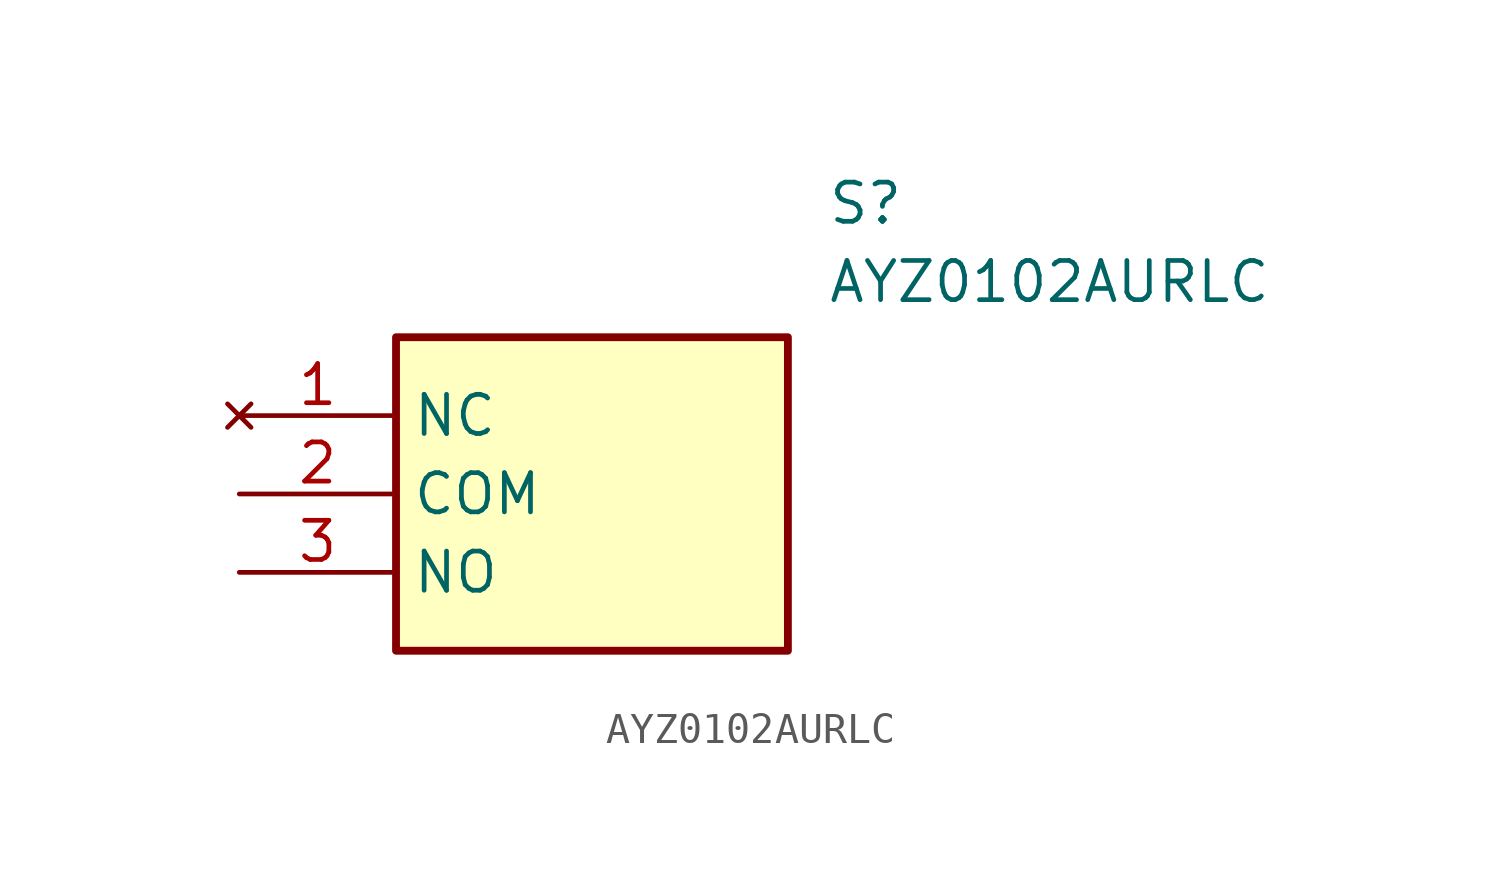
<source format=kicad_sym>
(kicad_symbol_lib
  (version 20211014)
  (generator SamacSys_ECAD_Model)
  (symbol "AYZ0102AURLC"
    (property "Reference" "S"
      (at 19.05 7.62 0)
      (effects (font (size 1.27 1.27)) (justify left top)))
    (property "Value" "AYZ0102AURLC"
      (at 19.05 5.08 0)
      (effects (font (size 1.27 1.27)) (justify left top)))
    (rectangle
      (start 5.08 2.54)
      (end 17.78 -7.62)
      (stroke (width 0.254) (type default))
      (fill (type background)))
    (pin no_connect line
      (at 0 0 0)
      (length 5.08)
      (name "NC" (effects (font (size 1.27 1.27))))
      (number "1" (effects (font (size 1.27 1.27)))))
    (pin passive line
      (at 0 -2.54 0)
      (length 5.08)
      (name "COM" (effects (font (size 1.27 1.27))))
      (number "2" (effects (font (size 1.27 1.27)))))
    (pin passive line
      (at 0 -5.08 0)
      (length 5.08)
      (name "NO" (effects (font (size 1.27 1.27))))
      (number "3" (effects (font (size 1.27 1.27)))))))
</source>
